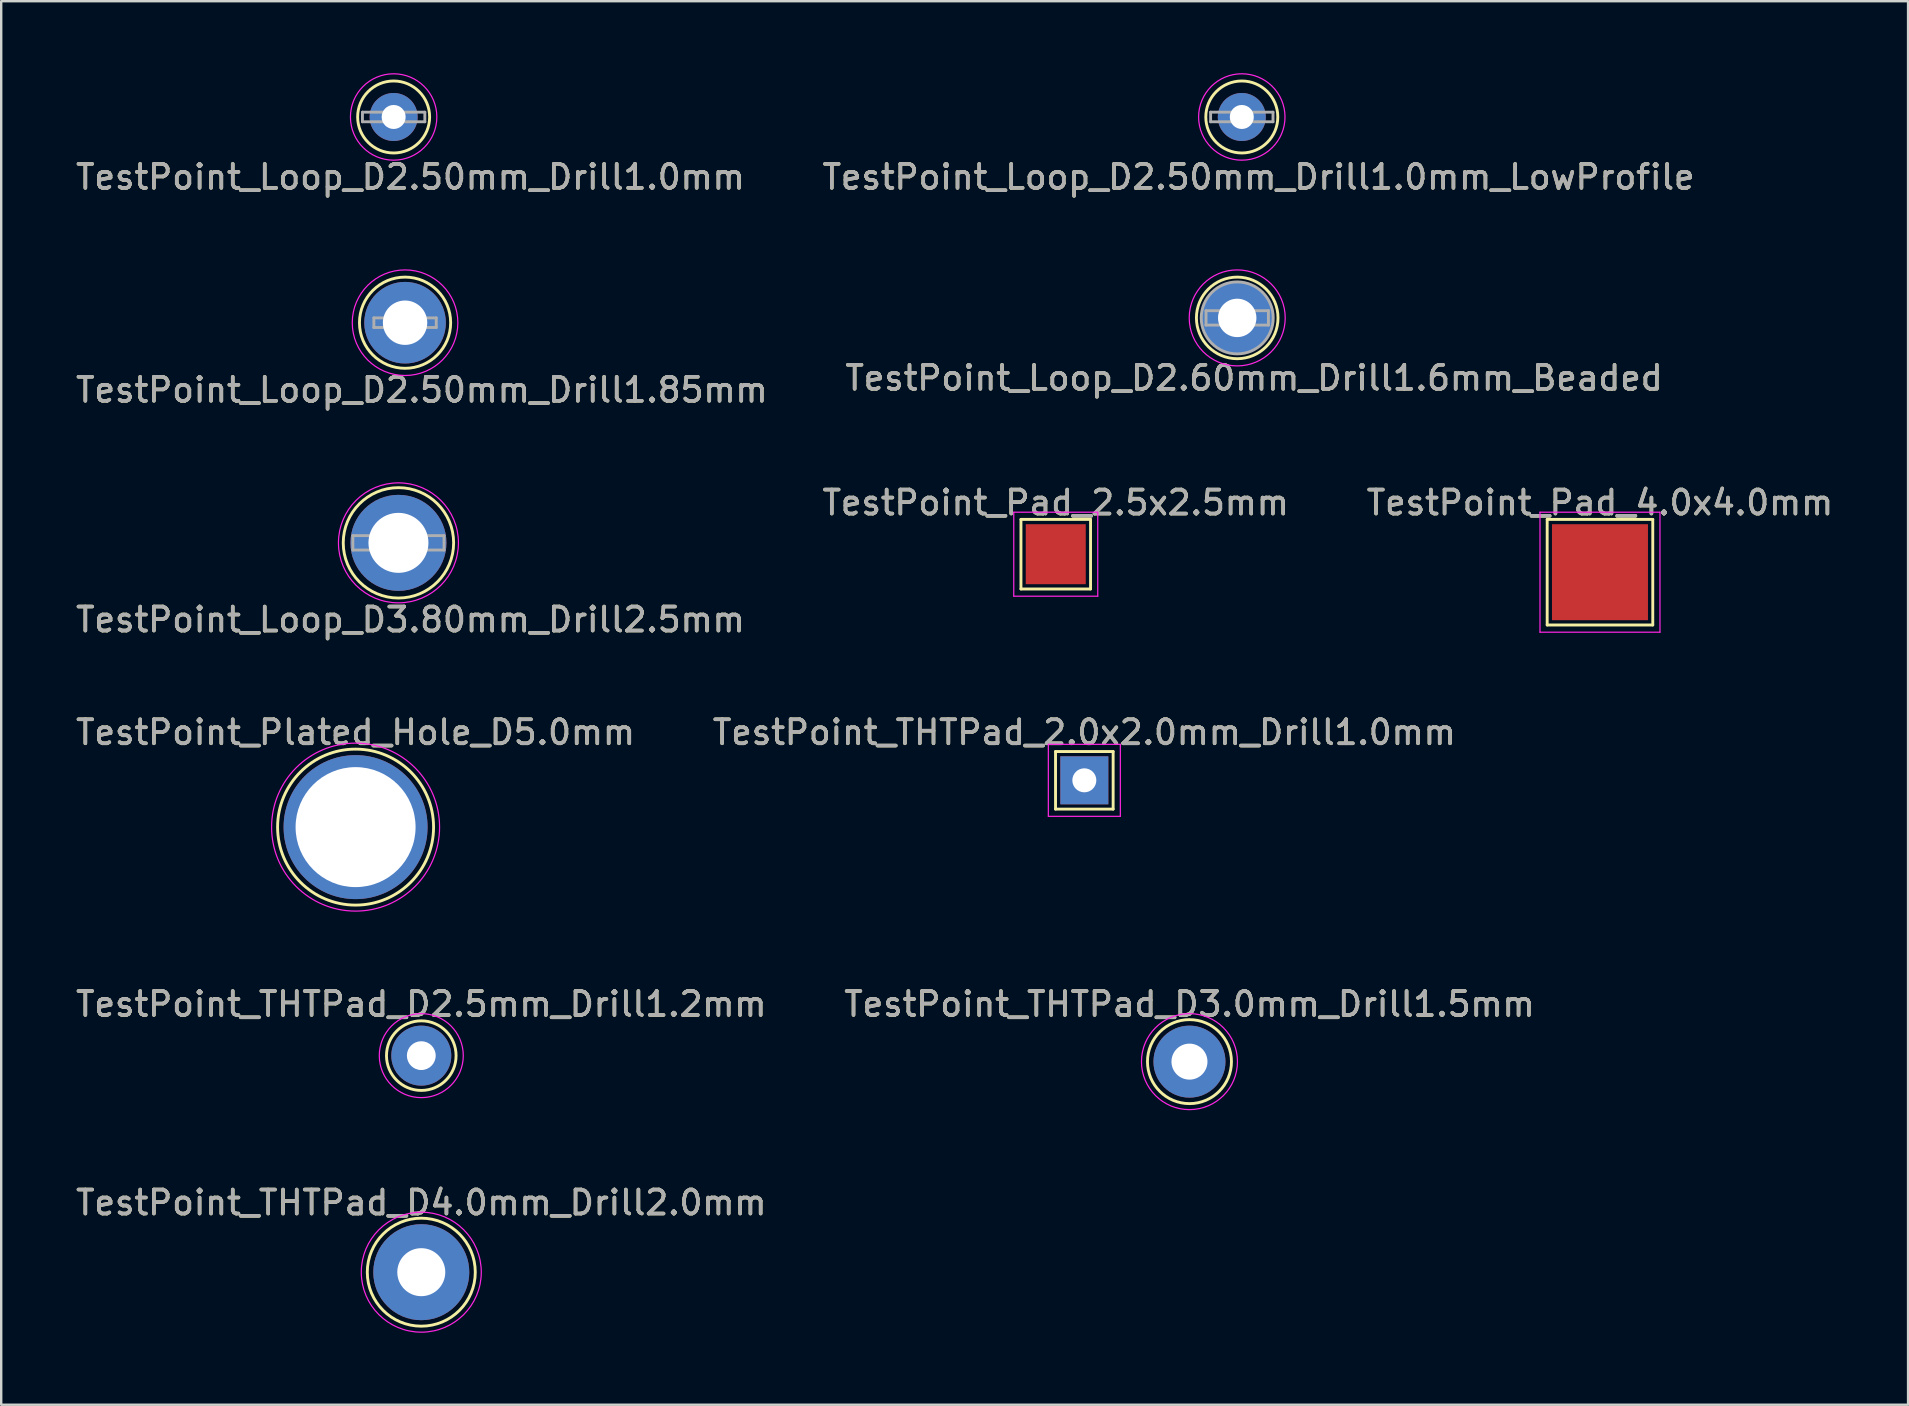
<source format=kicad_pcb>
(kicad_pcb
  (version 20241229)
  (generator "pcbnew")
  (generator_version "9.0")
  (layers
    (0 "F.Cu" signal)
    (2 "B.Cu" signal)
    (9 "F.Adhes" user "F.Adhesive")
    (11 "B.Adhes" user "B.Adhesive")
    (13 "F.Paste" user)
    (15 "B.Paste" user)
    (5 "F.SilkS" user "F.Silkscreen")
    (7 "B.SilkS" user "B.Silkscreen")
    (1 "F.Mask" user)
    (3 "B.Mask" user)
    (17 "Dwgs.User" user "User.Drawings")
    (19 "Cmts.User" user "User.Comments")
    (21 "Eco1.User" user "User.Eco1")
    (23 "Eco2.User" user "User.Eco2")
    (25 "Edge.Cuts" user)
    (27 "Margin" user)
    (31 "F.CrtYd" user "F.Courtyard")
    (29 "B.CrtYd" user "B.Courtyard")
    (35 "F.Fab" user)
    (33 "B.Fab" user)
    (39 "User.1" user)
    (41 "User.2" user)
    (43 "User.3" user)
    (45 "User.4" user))
  (footprint "TestPoint_Loop_D2.60mm_Drill1.6mm_Beaded"
    (layer "F.Cu")
    (at 48.508 10.198)
    (property "Reference" "TestPoint_Loop_D2.60mm_Drill1.6mm_Beaded" (at 0.7 2.5 0) (layer "F.SilkS") (effects (font (size 1 1) (thickness 0.15))))
    (attr through_hole)
    (fp_circle (center 0 0) (end 1.7 0) (stroke (width 0.12) (type solid)) (fill no) (layer "F.SilkS"))
    (fp_circle (center 0 0) (end 2 0) (stroke (width 0.05) (type solid)) (fill no) (layer "F.CrtYd"))
    (fp_line (start -1.3 -0.3) (end -1.3 0.3) (stroke (width 0.12) (type solid)) (layer "F.Fab"))
    (fp_line (start -1.3 0.3) (end 1.3 0.3) (stroke (width 0.12) (type solid)) (layer "F.Fab"))
    (fp_line (start 1.3 -0.3) (end -1.3 -0.3) (stroke (width 0.12) (type solid)) (layer "F.Fab"))
    (fp_line (start 1.3 0.3) (end 1.3 -0.3) (stroke (width 0.12) (type solid)) (layer "F.Fab"))
    (fp_circle (center 0 0) (end 1.5 0) (stroke (width 0.12) (type solid)) (fill no) (layer "F.Fab"))
    (fp_text user "${REFERENCE}" (at 0.7 2.5 0) (layer "F.Fab") (effects (font (size 1 1) (thickness 0.15))))
    (pad "1" thru_hole circle (at 0 0) (size 3 3) (drill 1.6) (layers "*.Cu" "*.Mask")))
  (footprint "TestPoint_Loop_D2.50mm_Drill1.0mm"
    (layer "F.Cu")
    (at 13.354 1.825)
    (property "Reference" "TestPoint_Loop_D2.50mm_Drill1.0mm" (at 0.7 2.5 0) (layer "F.SilkS") (effects (font (size 1 1) (thickness 0.15))))
    (attr through_hole)
    (fp_circle (center 0 0) (end 1.5 0) (stroke (width 0.12) (type solid)) (fill no) (layer "F.SilkS"))
    (fp_circle (center 0 0) (end 1.8 0) (stroke (width 0.05) (type solid)) (fill no) (layer "F.CrtYd"))
    (fp_line (start -1.3 -0.2) (end -1.3 0.2) (stroke (width 0.12) (type solid)) (layer "F.Fab"))
    (fp_line (start -1.3 0.2) (end 1.3 0.2) (stroke (width 0.12) (type solid)) (layer "F.Fab"))
    (fp_line (start 1.3 -0.2) (end -1.3 -0.2) (stroke (width 0.12) (type solid)) (layer "F.Fab"))
    (fp_line (start 1.3 0.2) (end 1.3 -0.2) (stroke (width 0.12) (type solid)) (layer "F.Fab"))
    (fp_text user "${REFERENCE}" (at 0.7 2.5 0) (layer "F.Fab") (effects (font (size 1 1) (thickness 0.15))))
    (pad "1" thru_hole circle (at 0 0) (size 2 2) (drill 1) (layers "*.Cu" "*.Mask")))
  (footprint "TestPoint_THTPad_D2.5mm_Drill1.2mm"
    (layer "F.Cu")
    (at 14.506 40.941)
    (property "Reference" "TestPoint_THTPad_D2.5mm_Drill1.2mm" (at 0 -2.148 0) (layer "F.SilkS") (effects (font (size 1 1) (thickness 0.15))))
    (attr exclude_from_pos_files exclude_from_bom)
    (fp_circle (center 0 0) (end 0 1.45) (stroke (width 0.12) (type solid)) (fill no) (layer "F.SilkS"))
    (fp_circle (center 0 0) (end 1.75 0) (stroke (width 0.05) (type solid)) (fill no) (layer "F.CrtYd"))
    (fp_text user "${REFERENCE}" (at 0 -2.15 0) (layer "F.Fab") (effects (font (size 1 1) (thickness 0.15))))
    (pad "1" thru_hole circle (at 0 0) (size 2.5 2.5) (drill 1.2) (layers "*.Cu" "*.Mask")))
  (footprint "TestPoint_Loop_D2.50mm_Drill1.85mm"
    (layer "F.Cu")
    (at 13.83 10.398)
    (property "Reference" "TestPoint_Loop_D2.50mm_Drill1.85mm" (at 0.7 2.8 0) (layer "F.SilkS") (effects (font (size 1 1) (thickness 0.15))))
    (attr through_hole)
    (fp_circle (center 0 0) (end 1.9 0) (stroke (width 0.12) (type solid)) (fill no) (layer "F.SilkS"))
    (fp_circle (center 0 0) (end 2.2 0) (stroke (width 0.05) (type solid)) (fill no) (layer "F.CrtYd"))
    (fp_line (start -1.3 -0.2) (end -1.3 0.2) (stroke (width 0.12) (type solid)) (layer "F.Fab"))
    (fp_line (start -1.3 0.2) (end 1.3 0.2) (stroke (width 0.12) (type solid)) (layer "F.Fab"))
    (fp_line (start 1.3 -0.2) (end -1.3 -0.2) (stroke (width 0.12) (type solid)) (layer "F.Fab"))
    (fp_line (start 1.3 0.2) (end 1.3 -0.2) (stroke (width 0.12) (type solid)) (layer "F.Fab"))
    (fp_text user "${REFERENCE}" (at 0.7 2.8 0) (layer "F.Fab") (effects (font (size 1 1) (thickness 0.15))))
    (pad "1" thru_hole circle (at 0 0) (size 3.4 3.4) (drill 1.85) (layers "*.Cu" "*.Mask")))
  (footprint "TestPoint_THTPad_D4.0mm_Drill2.0mm"
    (layer "F.Cu")
    (at 14.506 49.965)
    (property "Reference" "TestPoint_THTPad_D4.0mm_Drill2.0mm" (at 0 -2.898 0) (layer "F.SilkS") (effects (font (size 1 1) (thickness 0.15))))
    (attr exclude_from_pos_files exclude_from_bom)
    (fp_circle (center 0 0) (end 0 2.25) (stroke (width 0.12) (type solid)) (fill no) (layer "F.SilkS"))
    (fp_circle (center 0 0) (end 2.5 0) (stroke (width 0.05) (type solid)) (fill no) (layer "F.CrtYd"))
    (fp_text user "${REFERENCE}" (at 0 -2.9 0) (layer "F.Fab") (effects (font (size 1 1) (thickness 0.15))))
    (pad "1" thru_hole circle (at 0 0) (size 4 4) (drill 2) (layers "*.Cu" "*.Mask")))
  (footprint "TestPoint_Loop_D2.50mm_Drill1.0mm_LowProfile"
    (layer "F.Cu")
    (at 48.699 1.825)
    (property "Reference" "TestPoint_Loop_D2.50mm_Drill1.0mm_LowProfile" (at 0.7 2.5 0) (layer "F.SilkS") (effects (font (size 1 1) (thickness 0.15))))
    (attr through_hole)
    (fp_circle (center 0 0) (end 1.5 0) (stroke (width 0.12) (type solid)) (fill no) (layer "F.SilkS"))
    (fp_circle (center 0 0) (end 1.8 0) (stroke (width 0.05) (type solid)) (fill no) (layer "F.CrtYd"))
    (fp_line (start -1.3 -0.2) (end -1.3 0.2) (stroke (width 0.12) (type solid)) (layer "F.Fab"))
    (fp_line (start -1.3 0.2) (end 1.3 0.2) (stroke (width 0.12) (type solid)) (layer "F.Fab"))
    (fp_line (start 1.3 -0.2) (end -1.3 -0.2) (stroke (width 0.12) (type solid)) (layer "F.Fab"))
    (fp_line (start 1.3 0.2) (end 1.3 -0.2) (stroke (width 0.12) (type solid)) (layer "F.Fab"))
    (fp_text user "${REFERENCE}" (at 0.7 2.5 0) (layer "F.Fab") (effects (font (size 1 1) (thickness 0.15))))
    (pad "1" thru_hole circle (at 0 0) (size 2 2) (drill 1) (layers "*.Cu" "*.Mask")))
  (footprint "TestPoint_Plated_Hole_D5.0mm"
    (layer "F.Cu")
    (at 11.768 31.418)
    (property "Reference" "TestPoint_Plated_Hole_D5.0mm" (at 0 -3.948 0) (layer "F.SilkS") (effects (font (size 1 1) (thickness 0.15))))
    (attr exclude_from_pos_files exclude_from_bom)
    (fp_circle (center 0 0) (end 0 3.25) (stroke (width 0.12) (type solid)) (fill no) (layer "F.SilkS"))
    (fp_circle (center 0 0) (end 3.5 0) (stroke (width 0.05) (type solid)) (fill no) (layer "F.CrtYd"))
    (fp_text user "${REFERENCE}" (at 0 -3.95 0) (layer "F.Fab") (effects (font (size 1 1) (thickness 0.15))))
    (pad "1" thru_hole circle (at 0 0) (size 6 6) (drill 5) (layers "*.Cu" "*.Mask")))
  (footprint "TestPoint_Pad_2.5x2.5mm"
    (layer "F.Cu")
    (at 40.946 20.045)
    (property "Reference" "TestPoint_Pad_2.5x2.5mm" (at 0 -2.148 0) (layer "F.SilkS") (effects (font (size 1 1) (thickness 0.15))))
    (attr exclude_from_pos_files exclude_from_bom)
    (fp_line (start -1.45 -1.45) (end 1.45 -1.45) (stroke (width 0.12) (type solid)) (layer "F.SilkS"))
    (fp_line (start -1.45 1.45) (end -1.45 -1.45) (stroke (width 0.12) (type solid)) (layer "F.SilkS"))
    (fp_line (start 1.45 -1.45) (end 1.45 1.45) (stroke (width 0.12) (type solid)) (layer "F.SilkS"))
    (fp_line (start 1.45 1.45) (end -1.45 1.45) (stroke (width 0.12) (type solid)) (layer "F.SilkS"))
    (fp_line (start -1.75 -1.75) (end -1.75 1.75) (stroke (width 0.05) (type solid)) (layer "F.CrtYd"))
    (fp_line (start -1.75 -1.75) (end 1.75 -1.75) (stroke (width 0.05) (type solid)) (layer "F.CrtYd"))
    (fp_line (start 1.75 1.75) (end -1.75 1.75) (stroke (width 0.05) (type solid)) (layer "F.CrtYd"))
    (fp_line (start 1.75 1.75) (end 1.75 -1.75) (stroke (width 0.05) (type solid)) (layer "F.CrtYd"))
    (fp_text user "${REFERENCE}" (at 0 -2.15 0) (layer "F.Fab") (effects (font (size 1 1) (thickness 0.15))))
    (pad "1" smd rect (at 0 0) (size 2.5 2.5) (layers "F.Cu" "F.Mask")))
  (footprint "TestPoint_Loop_D3.80mm_Drill2.5mm"
    (layer "F.Cu")
    (at 13.554 19.572)
    (property "Reference" "TestPoint_Loop_D3.80mm_Drill2.5mm" (at 0.5 3.2 0) (layer "F.SilkS") (effects (font (size 1 1) (thickness 0.15))))
    (attr through_hole)
    (fp_circle (center 0 0) (end 2.3 0) (stroke (width 0.12) (type solid)) (fill no) (layer "F.SilkS"))
    (fp_circle (center 0 0) (end 2.5 0) (stroke (width 0.05) (type solid)) (fill no) (layer "F.CrtYd"))
    (fp_line (start -1.9 -0.3) (end -1.9 0.3) (stroke (width 0.12) (type solid)) (layer "F.Fab"))
    (fp_line (start -1.9 0.3) (end 1.9 0.3) (stroke (width 0.12) (type solid)) (layer "F.Fab"))
    (fp_line (start 1.9 -0.3) (end -1.9 -0.3) (stroke (width 0.12) (type solid)) (layer "F.Fab"))
    (fp_line (start 1.9 0.3) (end 1.9 -0.3) (stroke (width 0.12) (type solid)) (layer "F.Fab"))
    (fp_text user "${REFERENCE}" (at 0.5 3.2 0) (layer "F.Fab") (effects (font (size 1 1) (thickness 0.15))))
    (pad "1" thru_hole circle (at 0 0) (size 4 4) (drill 2.5) (layers "*.Cu" "*.Mask")))
  (footprint "TestPoint_Pad_4.0x4.0mm"
    (layer "F.Cu")
    (at 63.625 20.795)
    (property "Reference" "TestPoint_Pad_4.0x4.0mm" (at 0 -2.898 0) (layer "F.SilkS") (effects (font (size 1 1) (thickness 0.15))))
    (attr exclude_from_pos_files exclude_from_bom)
    (fp_line (start -2.2 -2.2) (end 2.2 -2.2) (stroke (width 0.12) (type solid)) (layer "F.SilkS"))
    (fp_line (start -2.2 2.2) (end -2.2 -2.2) (stroke (width 0.12) (type solid)) (layer "F.SilkS"))
    (fp_line (start 2.2 -2.2) (end 2.2 2.2) (stroke (width 0.12) (type solid)) (layer "F.SilkS"))
    (fp_line (start 2.2 2.2) (end -2.2 2.2) (stroke (width 0.12) (type solid)) (layer "F.SilkS"))
    (fp_line (start -2.5 -2.5) (end -2.5 2.5) (stroke (width 0.05) (type solid)) (layer "F.CrtYd"))
    (fp_line (start -2.5 -2.5) (end 2.5 -2.5) (stroke (width 0.05) (type solid)) (layer "F.CrtYd"))
    (fp_line (start 2.5 2.5) (end -2.5 2.5) (stroke (width 0.05) (type solid)) (layer "F.CrtYd"))
    (fp_line (start 2.5 2.5) (end 2.5 -2.5) (stroke (width 0.05) (type solid)) (layer "F.CrtYd"))
    (fp_text user "${REFERENCE}" (at 0 -2.9 0) (layer "F.Fab") (effects (font (size 1 1) (thickness 0.15))))
    (pad "1" smd rect (at 0 0) (size 4 4) (layers "F.Cu" "F.Mask")))
  (footprint "TestPoint_THTPad_2.0x2.0mm_Drill1.0mm"
    (layer "F.Cu")
    (at 42.137 29.468)
    (property "Reference" "TestPoint_THTPad_2.0x2.0mm_Drill1.0mm" (at 0 -1.998 0) (layer "F.SilkS") (effects (font (size 1 1) (thickness 0.15))))
    (attr exclude_from_pos_files exclude_from_bom)
    (fp_line (start -1.2 -1.2) (end 1.2 -1.2) (stroke (width 0.12) (type solid)) (layer "F.SilkS"))
    (fp_line (start -1.2 1.2) (end -1.2 -1.2) (stroke (width 0.12) (type solid)) (layer "F.SilkS"))
    (fp_line (start 1.2 -1.2) (end 1.2 1.2) (stroke (width 0.12) (type solid)) (layer "F.SilkS"))
    (fp_line (start 1.2 1.2) (end -1.2 1.2) (stroke (width 0.12) (type solid)) (layer "F.SilkS"))
    (fp_line (start -1.5 -1.5) (end -1.5 1.5) (stroke (width 0.05) (type solid)) (layer "F.CrtYd"))
    (fp_line (start -1.5 -1.5) (end 1.5 -1.5) (stroke (width 0.05) (type solid)) (layer "F.CrtYd"))
    (fp_line (start 1.5 1.5) (end -1.5 1.5) (stroke (width 0.05) (type solid)) (layer "F.CrtYd"))
    (fp_line (start 1.5 1.5) (end 1.5 -1.5) (stroke (width 0.05) (type solid)) (layer "F.CrtYd"))
    (fp_text user "${REFERENCE}" (at 0 -2 0) (layer "F.Fab") (effects (font (size 1 1) (thickness 0.15))))
    (pad "1" thru_hole rect (at 0 0) (size 2 2) (drill 1) (layers "*.Cu" "*.Mask")))
  (footprint "TestPoint_THTPad_D3.0mm_Drill1.5mm"
    (layer "F.Cu")
    (at 46.518 41.191)
    (property "Reference" "TestPoint_THTPad_D3.0mm_Drill1.5mm" (at 0 -2.398 0) (layer "F.SilkS") (effects (font (size 1 1) (thickness 0.15))))
    (attr exclude_from_pos_files exclude_from_bom)
    (fp_circle (center 0 0) (end 0 1.75) (stroke (width 0.12) (type solid)) (fill no) (layer "F.SilkS"))
    (fp_circle (center 0 0) (end 2 0) (stroke (width 0.05) (type solid)) (fill no) (layer "F.CrtYd"))
    (fp_text user "${REFERENCE}" (at 0 -2.4 0) (layer "F.Fab") (effects (font (size 1 1) (thickness 0.15))))
    (pad "1" thru_hole circle (at 0 0) (size 3 3) (drill 1.5) (layers "*.Cu" "*.Mask")))
  (gr_rect
    (start -3 -3)
    (end 76.464 55.489)
    (stroke (width 0.1) (type default))
    (fill no)
    (layer "Edge.Cuts")))
</source>
